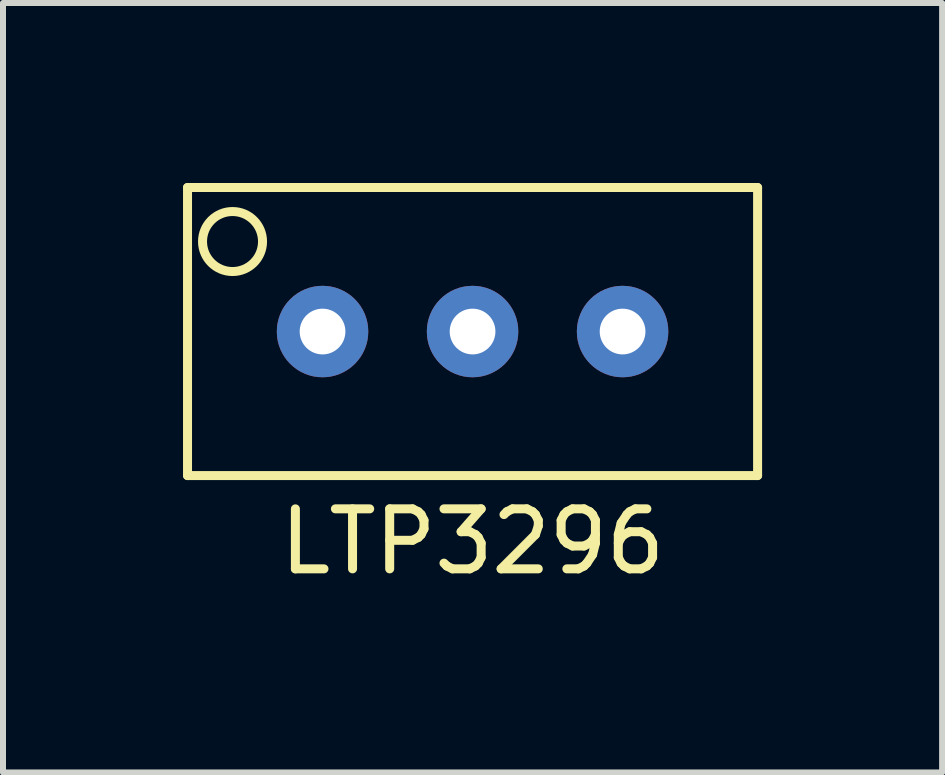
<source format=kicad_pcb>
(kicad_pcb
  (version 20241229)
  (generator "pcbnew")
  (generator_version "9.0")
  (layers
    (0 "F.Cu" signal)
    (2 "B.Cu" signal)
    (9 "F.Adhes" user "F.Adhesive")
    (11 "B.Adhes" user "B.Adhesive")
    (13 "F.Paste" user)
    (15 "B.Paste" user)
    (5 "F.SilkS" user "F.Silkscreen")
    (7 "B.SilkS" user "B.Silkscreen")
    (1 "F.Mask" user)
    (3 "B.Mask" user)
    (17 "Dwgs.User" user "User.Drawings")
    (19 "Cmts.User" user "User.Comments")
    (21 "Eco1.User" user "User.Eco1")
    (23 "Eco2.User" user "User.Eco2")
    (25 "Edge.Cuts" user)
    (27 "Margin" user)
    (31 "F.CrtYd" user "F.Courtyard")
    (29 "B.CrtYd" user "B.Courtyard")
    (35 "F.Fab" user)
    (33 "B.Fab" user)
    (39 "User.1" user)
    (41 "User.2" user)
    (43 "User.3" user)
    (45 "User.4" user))
  (footprint "LTP3296"
    (layer "F.Cu")
    (at 4.825 2.475)
    (property "Reference" "LTP3296" (at 0 3.5 0) (layer "F.SilkS") (effects (font (size 1 1) (thickness 0.15))))
    (attr through_hole)
    (fp_line (start -4.75 -2.4) (end 4.75 -2.4) (stroke (width 0.15) (type solid)) (layer "F.SilkS"))
    (fp_line (start -4.75 2.4) (end -4.75 -2.4) (stroke (width 0.15) (type solid)) (layer "F.SilkS"))
    (fp_line (start 4.75 -2.4) (end 4.75 2.4) (stroke (width 0.15) (type solid)) (layer "F.SilkS"))
    (fp_line (start 4.75 2.4) (end -4.75 2.4) (stroke (width 0.15) (type solid)) (layer "F.SilkS"))
    (fp_circle (center -4 -1.5) (end -4 -2) (stroke (width 0.15) (type solid)) (fill no) (layer "F.SilkS"))
    (pad "1" thru_hole circle (at -2.5 0) (size 1.524 1.524) (drill 0.762) (layers "*.Cu" "*.Mask"))
    (pad "2" thru_hole circle (at 0 0) (size 1.524 1.524) (drill 0.762) (layers "*.Cu" "*.Mask"))
    (pad "3" thru_hole circle (at 2.5 0) (size 1.524 1.524) (drill 0.762) (layers "*.Cu" "*.Mask")))
  (gr_rect
    (start -3 -3)
    (end 12.65 9.823)
    (stroke (width 0.1) (type default))
    (fill no)
    (layer "Edge.Cuts")))
</source>
